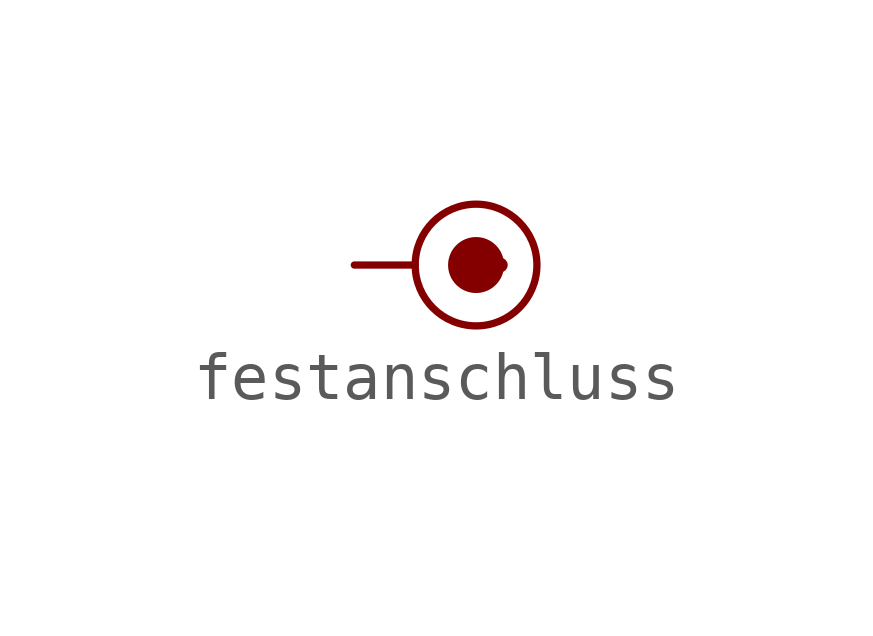
<source format=kicad_sym>
(kicad_symbol_lib
  (version 20211014)
  (generator kicad_symbol_editor)
  (symbol "festanschluss"
    (pin_numbers hide)
    (pin_names
      (offset 0) hide)
    (property "Reference" "U"
      (at -3.81 2.54 0)
      (effects (font (size 1.27 1.27)) hide))
    (symbol "festanschluss_0_1"
      (circle (center 2.54 0) (radius 0.508) (stroke (width 0) (type default) (color 0 0 0 0)) (fill (type outline)))
      (circle (center 2.54 0) (radius 1.27) (stroke (width 0) (type default) (color 0 0 0 0)) (fill (type none)))
      (circle (center 3.048 0) (radius 0.0001) (stroke (width 0) (type default) (color 0 0 0 0)) (fill (type none))))
    (symbol "festanschluss_1_1"
      (pin passive line (at 0 0 0) (length 1.27) (name "2" (effects (font (size 1.27 1.27)))) (number "2" (effects (font (size 1.27 1.27))))))))
</source>
